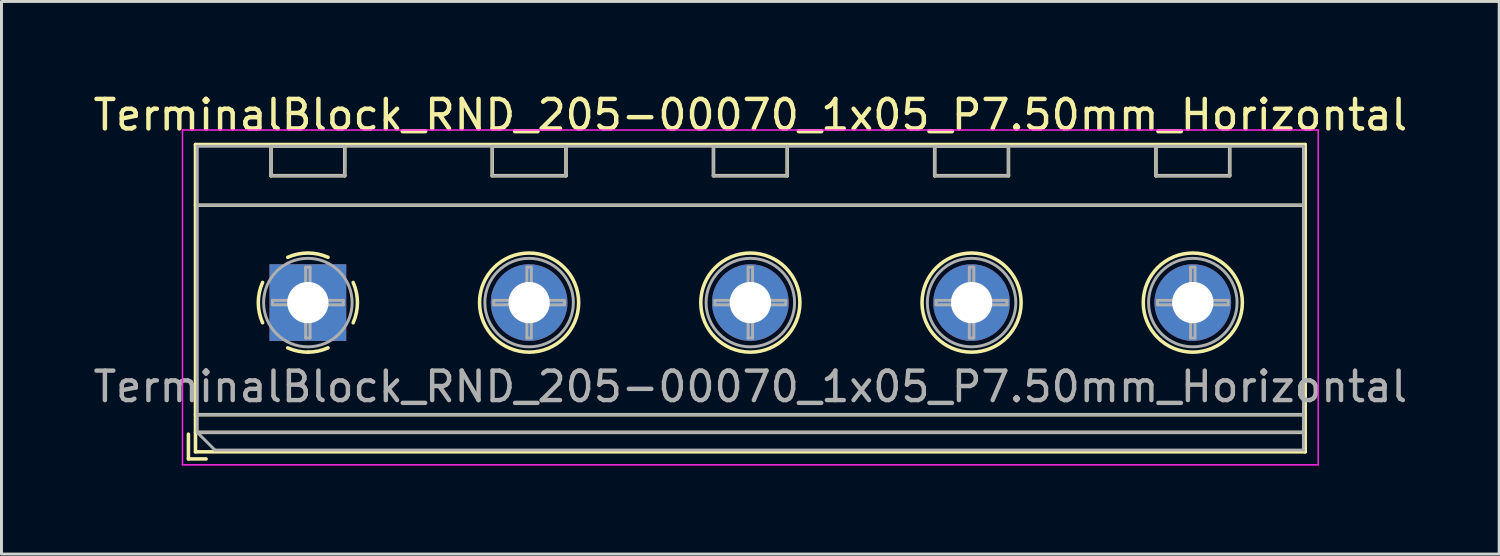
<source format=kicad_pcb>
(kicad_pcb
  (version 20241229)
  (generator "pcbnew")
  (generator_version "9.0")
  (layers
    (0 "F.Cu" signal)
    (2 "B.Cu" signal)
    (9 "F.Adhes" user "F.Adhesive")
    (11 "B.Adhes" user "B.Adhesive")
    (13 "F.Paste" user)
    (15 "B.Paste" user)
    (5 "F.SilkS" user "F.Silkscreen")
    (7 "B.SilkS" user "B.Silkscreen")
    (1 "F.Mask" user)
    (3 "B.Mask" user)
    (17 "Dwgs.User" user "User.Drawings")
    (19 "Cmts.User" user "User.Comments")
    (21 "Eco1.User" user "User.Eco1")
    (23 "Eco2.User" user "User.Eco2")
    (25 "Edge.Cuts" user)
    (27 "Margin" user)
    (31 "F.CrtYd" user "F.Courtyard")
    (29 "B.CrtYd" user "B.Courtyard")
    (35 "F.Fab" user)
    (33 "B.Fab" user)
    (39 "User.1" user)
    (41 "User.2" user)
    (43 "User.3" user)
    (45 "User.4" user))
  (footprint "TerminalBlock_RND_205-00070_1x05_P7.50mm_Horizontal"
    (layer "F.Cu")
    (at 7.387 7.208)
    (property "Reference" "TerminalBlock_RND_205-00070_1x05_P7.50mm_Horizontal" (at 15 -6.36 0) (layer "F.SilkS") (effects (font (size 1 1) (thickness 0.15))))
    (attr through_hole)
    (fp_line (start -4.05 4.46) (end -4.05 5.3) (stroke (width 0.12) (type solid)) (layer "F.SilkS"))
    (fp_line (start -4.05 5.3) (end -3.45 5.3) (stroke (width 0.12) (type solid)) (layer "F.SilkS"))
    (fp_line (start -3.81 -5.36) (end -3.81 5.06) (stroke (width 0.12) (type solid)) (layer "F.SilkS"))
    (fp_line (start -3.81 -5.36) (end 33.81 -5.36) (stroke (width 0.12) (type solid)) (layer "F.SilkS"))
    (fp_line (start -3.81 -3.301) (end 33.81 -3.301) (stroke (width 0.12) (type solid)) (layer "F.SilkS"))
    (fp_line (start -3.81 3.8) (end 33.81 3.8) (stroke (width 0.12) (type solid)) (layer "F.SilkS"))
    (fp_line (start -3.81 4.4) (end 33.81 4.4) (stroke (width 0.12) (type solid)) (layer "F.SilkS"))
    (fp_line (start -3.81 5.06) (end 33.81 5.06) (stroke (width 0.12) (type solid)) (layer "F.SilkS"))
    (fp_line (start -1.25 -5.301) (end -1.25 -4.301) (stroke (width 0.12) (type solid)) (layer "F.SilkS"))
    (fp_line (start -1.25 -5.301) (end 1.25 -5.301) (stroke (width 0.12) (type solid)) (layer "F.SilkS"))
    (fp_line (start -1.25 -4.301) (end 1.25 -4.301) (stroke (width 0.12) (type solid)) (layer "F.SilkS"))
    (fp_line (start 1.25 -5.301) (end 1.25 -4.301) (stroke (width 0.12) (type solid)) (layer "F.SilkS"))
    (fp_line (start 6.25 -5.301) (end 6.25 -4.301) (stroke (width 0.12) (type solid)) (layer "F.SilkS"))
    (fp_line (start 6.25 -5.301) (end 8.75 -5.301) (stroke (width 0.12) (type solid)) (layer "F.SilkS"))
    (fp_line (start 6.25 -4.301) (end 8.75 -4.301) (stroke (width 0.12) (type solid)) (layer "F.SilkS"))
    (fp_line (start 8.75 -5.301) (end 8.75 -4.301) (stroke (width 0.12) (type solid)) (layer "F.SilkS"))
    (fp_line (start 13.75 -5.301) (end 13.75 -4.301) (stroke (width 0.12) (type solid)) (layer "F.SilkS"))
    (fp_line (start 13.75 -5.301) (end 16.25 -5.301) (stroke (width 0.12) (type solid)) (layer "F.SilkS"))
    (fp_line (start 13.75 -4.301) (end 16.25 -4.301) (stroke (width 0.12) (type solid)) (layer "F.SilkS"))
    (fp_line (start 16.25 -5.301) (end 16.25 -4.301) (stroke (width 0.12) (type solid)) (layer "F.SilkS"))
    (fp_line (start 21.25 -5.301) (end 21.25 -4.301) (stroke (width 0.12) (type solid)) (layer "F.SilkS"))
    (fp_line (start 21.25 -5.301) (end 23.75 -5.301) (stroke (width 0.12) (type solid)) (layer "F.SilkS"))
    (fp_line (start 21.25 -4.301) (end 23.75 -4.301) (stroke (width 0.12) (type solid)) (layer "F.SilkS"))
    (fp_line (start 23.75 -5.301) (end 23.75 -4.301) (stroke (width 0.12) (type solid)) (layer "F.SilkS"))
    (fp_line (start 28.75 -5.301) (end 28.75 -4.301) (stroke (width 0.12) (type solid)) (layer "F.SilkS"))
    (fp_line (start 28.75 -5.301) (end 31.25 -5.301) (stroke (width 0.12) (type solid)) (layer "F.SilkS"))
    (fp_line (start 28.75 -4.301) (end 31.25 -4.301) (stroke (width 0.12) (type solid)) (layer "F.SilkS"))
    (fp_line (start 31.25 -5.301) (end 31.25 -4.301) (stroke (width 0.12) (type solid)) (layer "F.SilkS"))
    (fp_line (start 33.81 -5.36) (end 33.81 5.06) (stroke (width 0.12) (type solid)) (layer "F.SilkS"))
    (fp_arc (start -1.535427 0.683042) (mid -1.680501 -0.000524) (end -1.535 -0.684) (stroke (width 0.12) (type solid)) (layer "F.SilkS"))
    (fp_arc (start -0.683042 -1.535427) (mid 0.000524 -1.680501) (end 0.684 -1.535) (stroke (width 0.12) (type solid)) (layer "F.SilkS"))
    (fp_arc (start 0.028805 1.680253) (mid -0.335551 1.646659) (end -0.684 1.535) (stroke (width 0.12) (type solid)) (layer "F.SilkS"))
    (fp_arc (start 0.683318 1.534756) (mid 0.349292 1.643288) (end 0 1.68) (stroke (width 0.12) (type solid)) (layer "F.SilkS"))
    (fp_arc (start 1.535427 -0.683042) (mid 1.680501 0.000524) (end 1.535 0.684) (stroke (width 0.12) (type solid)) (layer "F.SilkS"))
    (fp_circle (center 7.5 0) (end 9.18 0) (stroke (width 0.12) (type solid)) (fill no) (layer "F.SilkS"))
    (fp_circle (center 15 0) (end 16.68 0) (stroke (width 0.12) (type solid)) (fill no) (layer "F.SilkS"))
    (fp_circle (center 22.5 0) (end 24.18 0) (stroke (width 0.12) (type solid)) (fill no) (layer "F.SilkS"))
    (fp_circle (center 30 0) (end 31.68 0) (stroke (width 0.12) (type solid)) (fill no) (layer "F.SilkS"))
    (fp_line (start -4.25 -5.85) (end -4.25 5.5) (stroke (width 0.05) (type solid)) (layer "F.CrtYd"))
    (fp_line (start -4.25 5.5) (end 34.25 5.5) (stroke (width 0.05) (type solid)) (layer "F.CrtYd"))
    (fp_line (start 34.25 -5.85) (end -4.25 -5.85) (stroke (width 0.05) (type solid)) (layer "F.CrtYd"))
    (fp_line (start 34.25 5.5) (end 34.25 -5.85) (stroke (width 0.05) (type solid)) (layer "F.CrtYd"))
    (fp_line (start -3.75 -5.3) (end 33.75 -5.3) (stroke (width 0.1) (type solid)) (layer "F.Fab"))
    (fp_line (start -3.75 -3.3) (end 33.75 -3.3) (stroke (width 0.1) (type solid)) (layer "F.Fab"))
    (fp_line (start -3.75 3.8) (end 33.75 3.8) (stroke (width 0.1) (type solid)) (layer "F.Fab"))
    (fp_line (start -3.75 4.4) (end -3.75 -5.3) (stroke (width 0.1) (type solid)) (layer "F.Fab"))
    (fp_line (start -3.75 4.4) (end 33.75 4.4) (stroke (width 0.1) (type solid)) (layer "F.Fab"))
    (fp_line (start -3.15 5) (end -3.75 4.4) (stroke (width 0.1) (type solid)) (layer "F.Fab"))
    (fp_line (start -1.25 -5.3) (end -1.25 -4.3) (stroke (width 0.1) (type solid)) (layer "F.Fab"))
    (fp_line (start -1.25 -4.3) (end 1.25 -4.3) (stroke (width 0.1) (type solid)) (layer "F.Fab"))
    (fp_line (start -1.201 -0.076) (end -0.076 -0.076) (stroke (width 0.1) (type solid)) (layer "F.Fab"))
    (fp_line (start -1.201 0.076) (end -1.201 -0.076) (stroke (width 0.1) (type solid)) (layer "F.Fab"))
    (fp_line (start -0.076 -1.201) (end 0.076 -1.201) (stroke (width 0.1) (type solid)) (layer "F.Fab"))
    (fp_line (start -0.076 -0.076) (end -0.076 -1.201) (stroke (width 0.1) (type solid)) (layer "F.Fab"))
    (fp_line (start -0.076 0.076) (end -1.201 0.076) (stroke (width 0.1) (type solid)) (layer "F.Fab"))
    (fp_line (start -0.076 1.201) (end -0.076 0.076) (stroke (width 0.1) (type solid)) (layer "F.Fab"))
    (fp_line (start 0.076 -1.201) (end 0.076 -0.076) (stroke (width 0.1) (type solid)) (layer "F.Fab"))
    (fp_line (start 0.076 -0.076) (end 1.201 -0.076) (stroke (width 0.1) (type solid)) (layer "F.Fab"))
    (fp_line (start 0.076 0.076) (end 0.076 1.201) (stroke (width 0.1) (type solid)) (layer "F.Fab"))
    (fp_line (start 0.076 1.201) (end -0.076 1.201) (stroke (width 0.1) (type solid)) (layer "F.Fab"))
    (fp_line (start 1.201 -0.076) (end 1.201 0.076) (stroke (width 0.1) (type solid)) (layer "F.Fab"))
    (fp_line (start 1.201 0.076) (end 0.076 0.076) (stroke (width 0.1) (type solid)) (layer "F.Fab"))
    (fp_line (start 1.25 -5.3) (end -1.25 -5.3) (stroke (width 0.1) (type solid)) (layer "F.Fab"))
    (fp_line (start 1.25 -4.3) (end 1.25 -5.3) (stroke (width 0.1) (type solid)) (layer "F.Fab"))
    (fp_line (start 6.25 -5.3) (end 6.25 -4.3) (stroke (width 0.1) (type solid)) (layer "F.Fab"))
    (fp_line (start 6.25 -4.3) (end 8.75 -4.3) (stroke (width 0.1) (type solid)) (layer "F.Fab"))
    (fp_line (start 6.299 -0.076) (end 7.424 -0.076) (stroke (width 0.1) (type solid)) (layer "F.Fab"))
    (fp_line (start 6.299 0.076) (end 6.299 -0.076) (stroke (width 0.1) (type solid)) (layer "F.Fab"))
    (fp_line (start 7.424 -1.201) (end 7.576 -1.201) (stroke (width 0.1) (type solid)) (layer "F.Fab"))
    (fp_line (start 7.424 -0.076) (end 7.424 -1.201) (stroke (width 0.1) (type solid)) (layer "F.Fab"))
    (fp_line (start 7.424 0.076) (end 6.299 0.076) (stroke (width 0.1) (type solid)) (layer "F.Fab"))
    (fp_line (start 7.424 1.201) (end 7.424 0.076) (stroke (width 0.1) (type solid)) (layer "F.Fab"))
    (fp_line (start 7.576 -1.201) (end 7.576 -0.076) (stroke (width 0.1) (type solid)) (layer "F.Fab"))
    (fp_line (start 7.576 -0.076) (end 8.701 -0.076) (stroke (width 0.1) (type solid)) (layer "F.Fab"))
    (fp_line (start 7.576 0.076) (end 7.576 1.201) (stroke (width 0.1) (type solid)) (layer "F.Fab"))
    (fp_line (start 7.576 1.201) (end 7.424 1.201) (stroke (width 0.1) (type solid)) (layer "F.Fab"))
    (fp_line (start 8.701 -0.076) (end 8.701 0.076) (stroke (width 0.1) (type solid)) (layer "F.Fab"))
    (fp_line (start 8.701 0.076) (end 7.576 0.076) (stroke (width 0.1) (type solid)) (layer "F.Fab"))
    (fp_line (start 8.75 -5.3) (end 6.25 -5.3) (stroke (width 0.1) (type solid)) (layer "F.Fab"))
    (fp_line (start 8.75 -4.3) (end 8.75 -5.3) (stroke (width 0.1) (type solid)) (layer "F.Fab"))
    (fp_line (start 13.75 -5.3) (end 13.75 -4.3) (stroke (width 0.1) (type solid)) (layer "F.Fab"))
    (fp_line (start 13.75 -4.3) (end 16.25 -4.3) (stroke (width 0.1) (type solid)) (layer "F.Fab"))
    (fp_line (start 13.799 -0.076) (end 14.924 -0.076) (stroke (width 0.1) (type solid)) (layer "F.Fab"))
    (fp_line (start 13.799 0.076) (end 13.799 -0.076) (stroke (width 0.1) (type solid)) (layer "F.Fab"))
    (fp_line (start 14.924 -1.201) (end 15.076 -1.201) (stroke (width 0.1) (type solid)) (layer "F.Fab"))
    (fp_line (start 14.924 -0.076) (end 14.924 -1.201) (stroke (width 0.1) (type solid)) (layer "F.Fab"))
    (fp_line (start 14.924 0.076) (end 13.799 0.076) (stroke (width 0.1) (type solid)) (layer "F.Fab"))
    (fp_line (start 14.924 1.201) (end 14.924 0.076) (stroke (width 0.1) (type solid)) (layer "F.Fab"))
    (fp_line (start 15.076 -1.201) (end 15.076 -0.076) (stroke (width 0.1) (type solid)) (layer "F.Fab"))
    (fp_line (start 15.076 -0.076) (end 16.201 -0.076) (stroke (width 0.1) (type solid)) (layer "F.Fab"))
    (fp_line (start 15.076 0.076) (end 15.076 1.201) (stroke (width 0.1) (type solid)) (layer "F.Fab"))
    (fp_line (start 15.076 1.201) (end 14.924 1.201) (stroke (width 0.1) (type solid)) (layer "F.Fab"))
    (fp_line (start 16.201 -0.076) (end 16.201 0.076) (stroke (width 0.1) (type solid)) (layer "F.Fab"))
    (fp_line (start 16.201 0.076) (end 15.076 0.076) (stroke (width 0.1) (type solid)) (layer "F.Fab"))
    (fp_line (start 16.25 -5.3) (end 13.75 -5.3) (stroke (width 0.1) (type solid)) (layer "F.Fab"))
    (fp_line (start 16.25 -4.3) (end 16.25 -5.3) (stroke (width 0.1) (type solid)) (layer "F.Fab"))
    (fp_line (start 21.25 -5.3) (end 21.25 -4.3) (stroke (width 0.1) (type solid)) (layer "F.Fab"))
    (fp_line (start 21.25 -4.3) (end 23.75 -4.3) (stroke (width 0.1) (type solid)) (layer "F.Fab"))
    (fp_line (start 21.299 -0.076) (end 22.424 -0.076) (stroke (width 0.1) (type solid)) (layer "F.Fab"))
    (fp_line (start 21.299 0.076) (end 21.299 -0.076) (stroke (width 0.1) (type solid)) (layer "F.Fab"))
    (fp_line (start 22.424 -1.201) (end 22.576 -1.201) (stroke (width 0.1) (type solid)) (layer "F.Fab"))
    (fp_line (start 22.424 -0.076) (end 22.424 -1.201) (stroke (width 0.1) (type solid)) (layer "F.Fab"))
    (fp_line (start 22.424 0.076) (end 21.299 0.076) (stroke (width 0.1) (type solid)) (layer "F.Fab"))
    (fp_line (start 22.424 1.201) (end 22.424 0.076) (stroke (width 0.1) (type solid)) (layer "F.Fab"))
    (fp_line (start 22.576 -1.201) (end 22.576 -0.076) (stroke (width 0.1) (type solid)) (layer "F.Fab"))
    (fp_line (start 22.576 -0.076) (end 23.701 -0.076) (stroke (width 0.1) (type solid)) (layer "F.Fab"))
    (fp_line (start 22.576 0.076) (end 22.576 1.201) (stroke (width 0.1) (type solid)) (layer "F.Fab"))
    (fp_line (start 22.576 1.201) (end 22.424 1.201) (stroke (width 0.1) (type solid)) (layer "F.Fab"))
    (fp_line (start 23.701 -0.076) (end 23.701 0.076) (stroke (width 0.1) (type solid)) (layer "F.Fab"))
    (fp_line (start 23.701 0.076) (end 22.576 0.076) (stroke (width 0.1) (type solid)) (layer "F.Fab"))
    (fp_line (start 23.75 -5.3) (end 21.25 -5.3) (stroke (width 0.1) (type solid)) (layer "F.Fab"))
    (fp_line (start 23.75 -4.3) (end 23.75 -5.3) (stroke (width 0.1) (type solid)) (layer "F.Fab"))
    (fp_line (start 28.75 -5.3) (end 28.75 -4.3) (stroke (width 0.1) (type solid)) (layer "F.Fab"))
    (fp_line (start 28.75 -4.3) (end 31.25 -4.3) (stroke (width 0.1) (type solid)) (layer "F.Fab"))
    (fp_line (start 28.799 -0.076) (end 29.924 -0.076) (stroke (width 0.1) (type solid)) (layer "F.Fab"))
    (fp_line (start 28.799 0.076) (end 28.799 -0.076) (stroke (width 0.1) (type solid)) (layer "F.Fab"))
    (fp_line (start 29.924 -1.201) (end 30.076 -1.201) (stroke (width 0.1) (type solid)) (layer "F.Fab"))
    (fp_line (start 29.924 -0.076) (end 29.924 -1.201) (stroke (width 0.1) (type solid)) (layer "F.Fab"))
    (fp_line (start 29.924 0.076) (end 28.799 0.076) (stroke (width 0.1) (type solid)) (layer "F.Fab"))
    (fp_line (start 29.924 1.201) (end 29.924 0.076) (stroke (width 0.1) (type solid)) (layer "F.Fab"))
    (fp_line (start 30.076 -1.201) (end 30.076 -0.076) (stroke (width 0.1) (type solid)) (layer "F.Fab"))
    (fp_line (start 30.076 -0.076) (end 31.201 -0.076) (stroke (width 0.1) (type solid)) (layer "F.Fab"))
    (fp_line (start 30.076 0.076) (end 30.076 1.201) (stroke (width 0.1) (type solid)) (layer "F.Fab"))
    (fp_line (start 30.076 1.201) (end 29.924 1.201) (stroke (width 0.1) (type solid)) (layer "F.Fab"))
    (fp_line (start 31.201 -0.076) (end 31.201 0.076) (stroke (width 0.1) (type solid)) (layer "F.Fab"))
    (fp_line (start 31.201 0.076) (end 30.076 0.076) (stroke (width 0.1) (type solid)) (layer "F.Fab"))
    (fp_line (start 31.25 -5.3) (end 28.75 -5.3) (stroke (width 0.1) (type solid)) (layer "F.Fab"))
    (fp_line (start 31.25 -4.3) (end 31.25 -5.3) (stroke (width 0.1) (type solid)) (layer "F.Fab"))
    (fp_line (start 33.75 -5.3) (end 33.75 5) (stroke (width 0.1) (type solid)) (layer "F.Fab"))
    (fp_line (start 33.75 5) (end -3.15 5) (stroke (width 0.1) (type solid)) (layer "F.Fab"))
    (fp_circle (center 0 0) (end 1.5 0) (stroke (width 0.1) (type solid)) (fill no) (layer "F.Fab"))
    (fp_circle (center 7.5 0) (end 9 0) (stroke (width 0.1) (type solid)) (fill no) (layer "F.Fab"))
    (fp_circle (center 15 0) (end 16.5 0) (stroke (width 0.1) (type solid)) (fill no) (layer "F.Fab"))
    (fp_circle (center 22.5 0) (end 24 0) (stroke (width 0.1) (type solid)) (fill no) (layer "F.Fab"))
    (fp_circle (center 30 0) (end 31.5 0) (stroke (width 0.1) (type solid)) (fill no) (layer "F.Fab"))
    (fp_text user "${REFERENCE}" (at 15 2.85 0) (layer "F.Fab") (effects (font (size 1 1) (thickness 0.15))))
    (pad "1" thru_hole rect (at 0 0) (size 2.6 2.6) (drill 1.4) (layers "*.Cu" "*.Mask"))
    (pad "2" thru_hole circle (at 7.5 0) (size 2.6 2.6) (drill 1.4) (layers "*.Cu" "*.Mask"))
    (pad "3" thru_hole circle (at 15 0) (size 2.6 2.6) (drill 1.4) (layers "*.Cu" "*.Mask"))
    (pad "4" thru_hole circle (at 22.5 0) (size 2.6 2.6) (drill 1.4) (layers "*.Cu" "*.Mask"))
    (pad "5" thru_hole circle (at 30 0) (size 2.6 2.6) (drill 1.4) (layers "*.Cu" "*.Mask")))
  (gr_rect
    (start -3 -3)
    (end 47.774 15.733)
    (stroke (width 0.1) (type default))
    (fill no)
    (layer "Edge.Cuts")))
</source>
